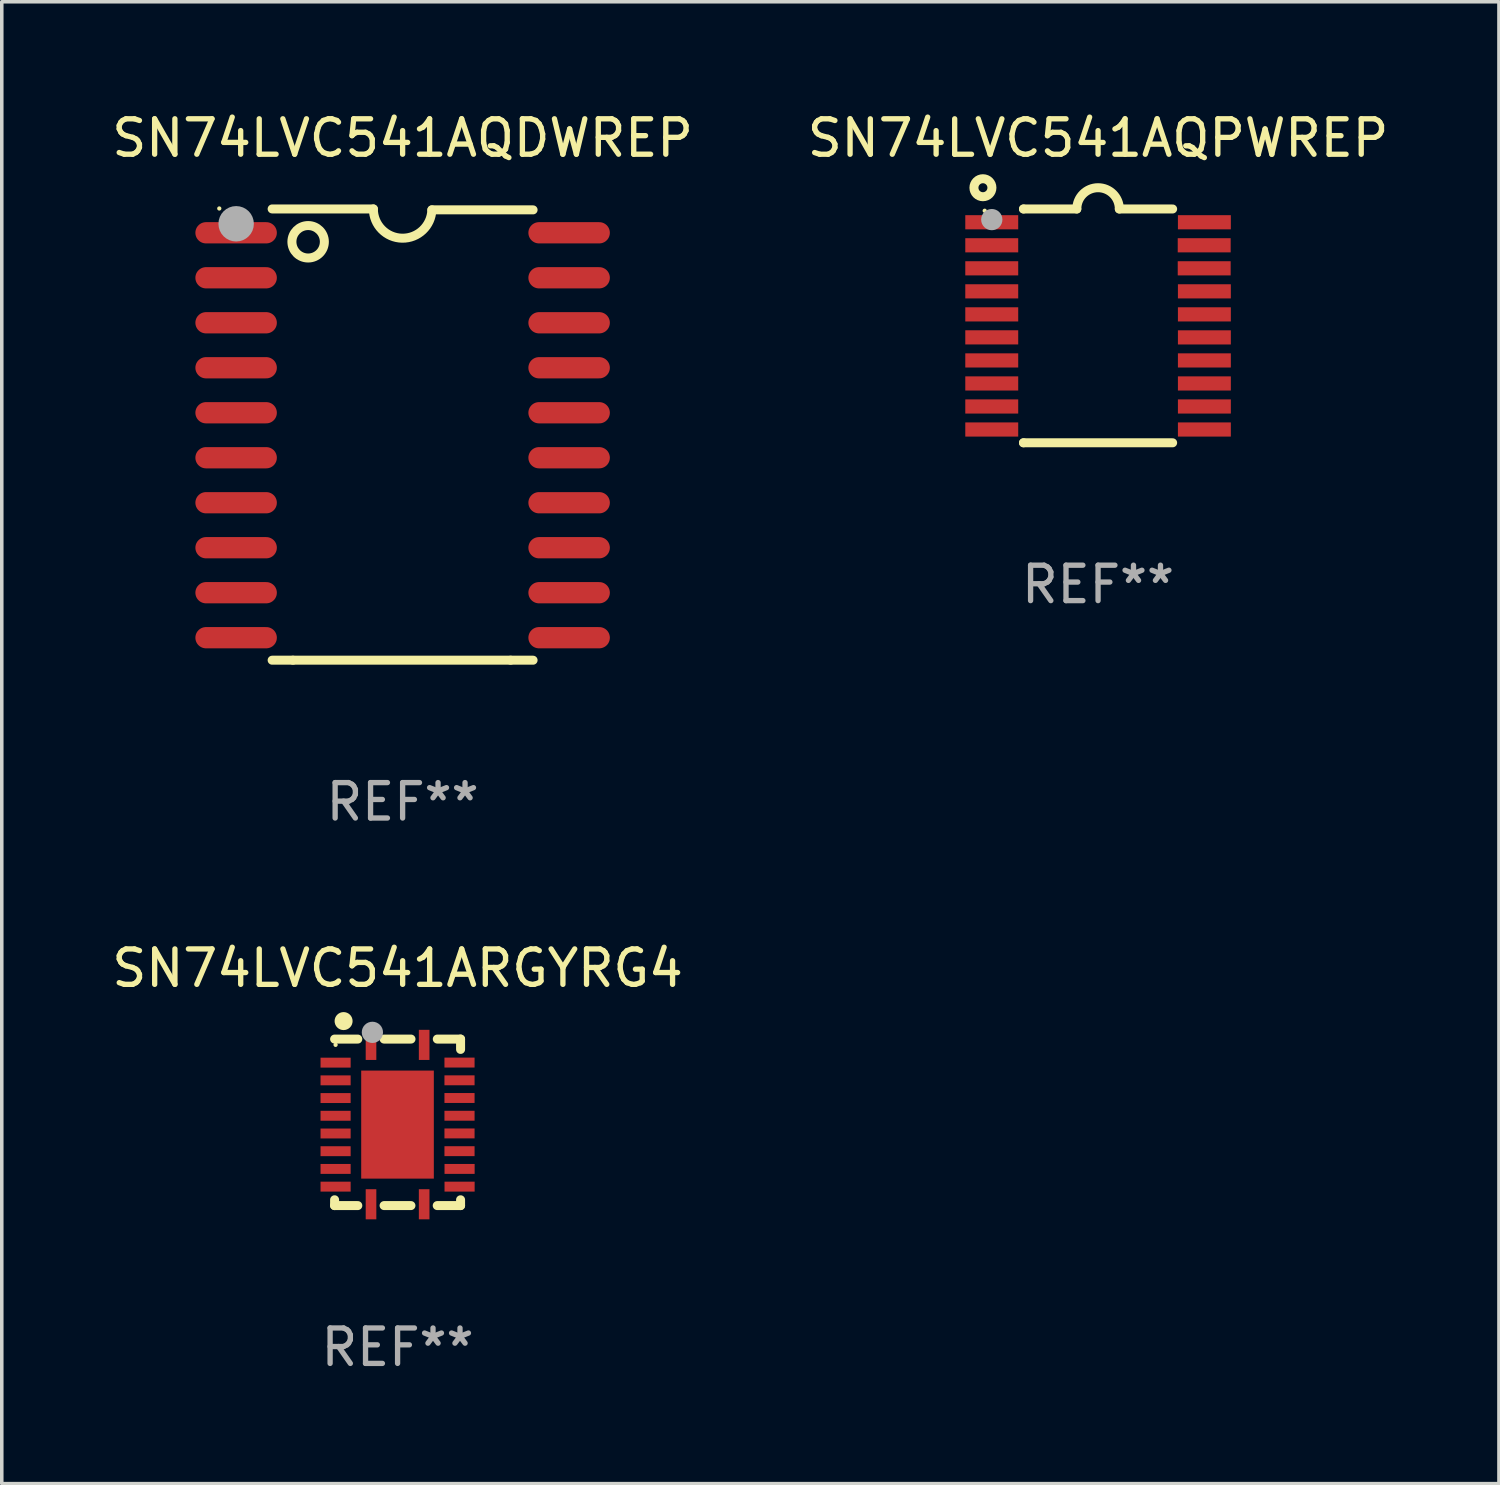
<source format=kicad_pcb>
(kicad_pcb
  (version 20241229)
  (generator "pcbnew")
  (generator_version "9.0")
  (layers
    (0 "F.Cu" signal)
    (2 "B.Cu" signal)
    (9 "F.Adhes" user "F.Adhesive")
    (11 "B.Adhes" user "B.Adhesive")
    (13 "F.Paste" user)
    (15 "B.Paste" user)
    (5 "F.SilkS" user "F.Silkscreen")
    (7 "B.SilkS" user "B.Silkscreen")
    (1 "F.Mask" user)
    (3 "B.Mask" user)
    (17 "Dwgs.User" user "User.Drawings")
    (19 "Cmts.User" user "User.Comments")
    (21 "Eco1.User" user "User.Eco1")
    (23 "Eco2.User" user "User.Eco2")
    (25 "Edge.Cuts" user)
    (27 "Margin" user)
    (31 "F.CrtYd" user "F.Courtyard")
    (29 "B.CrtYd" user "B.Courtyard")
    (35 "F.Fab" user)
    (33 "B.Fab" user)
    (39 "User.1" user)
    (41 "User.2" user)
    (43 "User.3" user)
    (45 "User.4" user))
  (footprint "SN74LVC541ARGYRG4"
    (layer "F.Cu")
    (at 8.173 28.631)
    (property "Reference" "SN74LVC541ARGYRG4" (at 0 -4.35 0) (layer "F.SilkS") (effects (font (size 1 1) (thickness 0.15))))
    (attr through_hole)
    (fp_line (start -1.778 2.35) (end -1.778 2.186) (stroke (width 0.254) (type solid)) (layer "F.SilkS"))
    (fp_line (start -1.123 -2.35) (end -1.778 -2.35) (stroke (width 0.254) (type solid)) (layer "F.SilkS"))
    (fp_line (start -1.123 2.35) (end -1.778 2.35) (stroke (width 0.254) (type solid)) (layer "F.SilkS"))
    (fp_line (start 0.377 2.35) (end -0.381 2.35) (stroke (width 0.254) (type solid)) (layer "F.SilkS"))
    (fp_line (start 0.379 -2.35) (end -0.381 -2.35) (stroke (width 0.254) (type solid)) (layer "F.SilkS"))
    (fp_line (start 1.778 -2.35) (end 1.121 -2.35) (stroke (width 0.254) (type solid)) (layer "F.SilkS"))
    (fp_line (start 1.778 -2.35) (end 1.778 -2.058) (stroke (width 0.254) (type solid)) (layer "F.SilkS"))
    (fp_line (start 1.778 2.186) (end 1.778 2.35) (stroke (width 0.254) (type solid)) (layer "F.SilkS"))
    (fp_line (start 1.778 2.35) (end 1.119 2.35) (stroke (width 0.254) (type solid)) (layer "F.SilkS"))
    (fp_circle (center -1.75 -2.187) (end -1.72 -2.187) (stroke (width 0.06) (type solid)) (fill no) (layer "F.SilkS"))
    (fp_circle (center -1.524 -2.858) (end -1.397 -2.858) (stroke (width 0.254) (type solid)) (fill no) (layer "F.SilkS"))
    (fp_circle (center -0.711 -2.54) (end -0.561 -2.54) (stroke (width 0.3) (type solid)) (fill no) (layer "F.Fab"))
    (fp_text user "REF**" (at 0 6.35 0) (layer "F.Fab") (effects (font (size 1 1) (thickness 0.15))))
    (pad "1" smd rect (at -0.75 -2.186) (size 0.3 0.85) (layers "F.Cu" "F.Mask" "F.Paste"))
    (pad "2" smd rect (at -1.75 -1.685) (size 0.85 0.28) (layers "F.Cu" "F.Mask" "F.Paste"))
    (pad "3" smd rect (at -1.75 -1.185) (size 0.85 0.28) (layers "F.Cu" "F.Mask" "F.Paste"))
    (pad "4" smd rect (at -1.75 -0.685) (size 0.85 0.28) (layers "F.Cu" "F.Mask" "F.Paste"))
    (pad "5" smd rect (at -1.75 -0.185) (size 0.85 0.28) (layers "F.Cu" "F.Mask" "F.Paste"))
    (pad "6" smd rect (at -1.75 0.315) (size 0.85 0.28) (layers "F.Cu" "F.Mask" "F.Paste"))
    (pad "7" smd rect (at -1.75 0.815) (size 0.85 0.28) (layers "F.Cu" "F.Mask" "F.Paste"))
    (pad "8" smd rect (at -1.75 1.315) (size 0.85 0.28) (layers "F.Cu" "F.Mask" "F.Paste"))
    (pad "9" smd rect (at -1.75 1.815) (size 0.85 0.28) (layers "F.Cu" "F.Mask" "F.Paste"))
    (pad "10" smd rect (at -0.75 2.313) (size 0.3 0.85) (layers "F.Cu" "F.Mask" "F.Paste"))
    (pad "11" smd rect (at 0.75 2.313) (size 0.3 0.85) (layers "F.Cu" "F.Mask" "F.Paste"))
    (pad "12" smd rect (at 1.75 1.815) (size 0.85 0.28) (layers "F.Cu" "F.Mask" "F.Paste"))
    (pad "13" smd rect (at 1.75 1.315) (size 0.85 0.28) (layers "F.Cu" "F.Mask" "F.Paste"))
    (pad "14" smd rect (at 1.748 0.814) (size 0.85 0.28) (layers "F.Cu" "F.Mask" "F.Paste"))
    (pad "15" smd rect (at 1.748 0.313) (size 0.85 0.28) (layers "F.Cu" "F.Mask" "F.Paste"))
    (pad "16" smd rect (at 1.748 -0.186) (size 0.85 0.28) (layers "F.Cu" "F.Mask" "F.Paste"))
    (pad "17" smd rect (at 1.748 -0.687) (size 0.85 0.28) (layers "F.Cu" "F.Mask" "F.Paste"))
    (pad "18" smd rect (at 1.748 -1.186) (size 0.85 0.28) (layers "F.Cu" "F.Mask" "F.Paste"))
    (pad "19" smd rect (at 1.748 -1.687) (size 0.85 0.28) (layers "F.Cu" "F.Mask" "F.Paste"))
    (pad "20" smd rect (at 0.75 -2.186) (size 0.3 0.85) (layers "F.Cu" "F.Mask" "F.Paste"))
    (pad "21" smd rect (at -0.002 0.064) (size 2.05 3.05) (layers "F.Cu" "F.Mask" "F.Paste")))
  (footprint "SN74LVC541AQDWREP"
    (layer "F.Cu")
    (at 8.315 9.217)
    (property "Reference" "SN74LVC541AQDWREP" (at 0 -8.369 0) (layer "F.SilkS") (effects (font (size 1 1) (thickness 0.15))))
    (attr through_hole)
    (fp_line (start -3.096 6.369) (end -3.683 6.369) (stroke (width 0.254) (type solid)) (layer "F.SilkS"))
    (fp_line (start -0.825 -6.369) (end -3.683 -6.369) (stroke (width 0.254) (type solid)) (layer "F.SilkS"))
    (fp_line (start 0.826 -6.343) (end 3.683 -6.343) (stroke (width 0.254) (type solid)) (layer "F.SilkS"))
    (fp_line (start 3.048 6.369) (end -3.096 6.369) (stroke (width 0.254) (type solid)) (layer "F.SilkS"))
    (fp_line (start 3.048 6.369) (end 3.683 6.369) (stroke (width 0.254) (type solid)) (layer "F.SilkS"))
    (fp_arc (start 0.825527 -6.343129) (mid -0.012478 -5.543126) (end -0.825476 -6.36853) (stroke (width 0.254001) (type solid)) (layer "F.SilkS"))
    (fp_circle (center -5.175 -6.382) (end -5.145 -6.382) (stroke (width 0.06) (type solid)) (fill no) (layer "F.SilkS"))
    (fp_circle (center -2.667 -5.442) (end -2.209 -5.442) (stroke (width 0.254) (type solid)) (fill no) (layer "F.SilkS"))
    (fp_circle (center -4.699 -5.95) (end -4.449 -5.95) (stroke (width 0.5) (type solid)) (fill no) (layer "F.Fab"))
    (fp_text user "REF**" (at 0 10.369 0) (layer "F.Fab") (effects (font (size 1 1) (thickness 0.15))))
    (pad "1" smd oval (at -4.7 -5.696 90) (size 0.6 2.3) (layers "F.Cu" "F.Mask" "F.Paste"))
    (pad "2" smd oval (at -4.7 -4.426 90) (size 0.6 2.3) (layers "F.Cu" "F.Mask" "F.Paste"))
    (pad "3" smd oval (at -4.7 -3.156 90) (size 0.6 2.3) (layers "F.Cu" "F.Mask" "F.Paste"))
    (pad "4" smd oval (at -4.7 -1.886 90) (size 0.6 2.3) (layers "F.Cu" "F.Mask" "F.Paste"))
    (pad "5" smd oval (at -4.7 -0.616 90) (size 0.6 2.3) (layers "F.Cu" "F.Mask" "F.Paste"))
    (pad "6" smd oval (at -4.7 0.654 90) (size 0.6 2.3) (layers "F.Cu" "F.Mask" "F.Paste"))
    (pad "7" smd oval (at -4.7 1.924 90) (size 0.6 2.3) (layers "F.Cu" "F.Mask" "F.Paste"))
    (pad "8" smd oval (at -4.7 3.194 90) (size 0.6 2.3) (layers "F.Cu" "F.Mask" "F.Paste"))
    (pad "9" smd oval (at -4.7 4.464 90) (size 0.6 2.3) (layers "F.Cu" "F.Mask" "F.Paste"))
    (pad "10" smd oval (at -4.7 5.734 90) (size 0.6 2.3) (layers "F.Cu" "F.Mask" "F.Paste"))
    (pad "11" smd oval (at 4.7 5.734 90) (size 0.6 2.3) (layers "F.Cu" "F.Mask" "F.Paste"))
    (pad "12" smd oval (at 4.7 4.464 90) (size 0.6 2.3) (layers "F.Cu" "F.Mask" "F.Paste"))
    (pad "13" smd oval (at 4.7 3.194 90) (size 0.6 2.3) (layers "F.Cu" "F.Mask" "F.Paste"))
    (pad "14" smd oval (at 4.7 1.924 90) (size 0.6 2.3) (layers "F.Cu" "F.Mask" "F.Paste"))
    (pad "15" smd oval (at 4.7 0.654 90) (size 0.6 2.3) (layers "F.Cu" "F.Mask" "F.Paste"))
    (pad "16" smd oval (at 4.7 -0.616 90) (size 0.6 2.3) (layers "F.Cu" "F.Mask" "F.Paste"))
    (pad "17" smd oval (at 4.7 -1.886 90) (size 0.6 2.3) (layers "F.Cu" "F.Mask" "F.Paste"))
    (pad "18" smd oval (at 4.7 -3.156 90) (size 0.6 2.3) (layers "F.Cu" "F.Mask" "F.Paste"))
    (pad "19" smd oval (at 4.7 -4.426 90) (size 0.6 2.3) (layers "F.Cu" "F.Mask" "F.Paste"))
    (pad "20" smd oval (at 4.7 -5.696 90) (size 0.6 2.3) (layers "F.Cu" "F.Mask" "F.Paste")))
  (footprint "SN74LVC541AQPWREP"
    (layer "F.Cu")
    (at 27.946 6.149)
    (property "Reference" "SN74LVC541AQPWREP" (at 0 -5.3 0) (layer "F.SilkS") (effects (font (size 1 1) (thickness 0.15))))
    (attr through_hole)
    (fp_line (start -2.105 -3.3) (end -2.105 -3.3) (stroke (width 0.254) (type solid)) (layer "F.SilkS"))
    (fp_line (start -2.105 -3.3) (end -0.6 -3.3) (stroke (width 0.254) (type solid)) (layer "F.SilkS"))
    (fp_line (start -2.105 3.3) (end -2.105 3.3) (stroke (width 0.254) (type solid)) (layer "F.SilkS"))
    (fp_line (start 0.6 -3.3) (end 2.105 -3.3) (stroke (width 0.254) (type solid)) (layer "F.SilkS"))
    (fp_line (start 2.105 3.3) (end -2.105 3.3) (stroke (width 0.254) (type solid)) (layer "F.SilkS"))
    (fp_arc (start -0.599924 -3.300026) (mid 0.000114 -3.897415) (end 0.600152 -3.300025) (stroke (width 0.254001) (type solid)) (layer "F.SilkS"))
    (fp_circle (center -3.25 -3.9) (end -2.996 -3.9) (stroke (width 0.254) (type solid)) (fill no) (layer "F.SilkS"))
    (fp_circle (center -3.2 -3.25) (end -3.17 -3.25) (stroke (width 0.06) (type solid)) (fill no) (layer "F.SilkS"))
    (fp_circle (center -3 -3) (end -2.85 -3) (stroke (width 0.3) (type solid)) (fill no) (layer "F.Fab"))
    (fp_text user "REF**" (at 0 7.3 0) (layer "F.Fab") (effects (font (size 1 1) (thickness 0.15))))
    (pad "1" smd rect (at -3.001 -2.925 270) (size 0.4 1.494) (layers "F.Cu" "F.Mask" "F.Paste"))
    (pad "2" smd rect (at -3.001 -2.275 270) (size 0.4 1.494) (layers "F.Cu" "F.Mask" "F.Paste"))
    (pad "3" smd rect (at -3.001 -1.625 270) (size 0.4 1.494) (layers "F.Cu" "F.Mask" "F.Paste"))
    (pad "4" smd rect (at -3.001 -0.975 270) (size 0.4 1.494) (layers "F.Cu" "F.Mask" "F.Paste"))
    (pad "5" smd rect (at -3.001 -0.325 270) (size 0.4 1.494) (layers "F.Cu" "F.Mask" "F.Paste"))
    (pad "6" smd rect (at -3.001 0.324 270) (size 0.4 1.494) (layers "F.Cu" "F.Mask" "F.Paste"))
    (pad "7" smd rect (at -3.001 0.975 270) (size 0.4 1.494) (layers "F.Cu" "F.Mask" "F.Paste"))
    (pad "8" smd rect (at -3.001 1.625 270) (size 0.4 1.494) (layers "F.Cu" "F.Mask" "F.Paste"))
    (pad "9" smd rect (at -3.001 2.275 270) (size 0.4 1.494) (layers "F.Cu" "F.Mask" "F.Paste"))
    (pad "10" smd rect (at -3.001 2.925 270) (size 0.4 1.494) (layers "F.Cu" "F.Mask" "F.Paste"))
    (pad "11" smd rect (at 3.001 2.925 270) (size 0.4 1.494) (layers "F.Cu" "F.Mask" "F.Paste"))
    (pad "12" smd rect (at 3.001 2.275 270) (size 0.4 1.494) (layers "F.Cu" "F.Mask" "F.Paste"))
    (pad "13" smd rect (at 3.001 1.625 270) (size 0.4 1.494) (layers "F.Cu" "F.Mask" "F.Paste"))
    (pad "14" smd rect (at 3.001 0.975 270) (size 0.4 1.494) (layers "F.Cu" "F.Mask" "F.Paste"))
    (pad "15" smd rect (at 3.001 0.325 270) (size 0.4 1.494) (layers "F.Cu" "F.Mask" "F.Paste"))
    (pad "16" smd rect (at 3.001 -0.325 270) (size 0.4 1.494) (layers "F.Cu" "F.Mask" "F.Paste"))
    (pad "17" smd rect (at 3.001 -0.975 270) (size 0.4 1.494) (layers "F.Cu" "F.Mask" "F.Paste"))
    (pad "18" smd rect (at 2.996 -1.625 270) (size 0.4 1.494) (layers "F.Cu" "F.Mask" "F.Paste"))
    (pad "19" smd rect (at 2.996 -2.275 270) (size 0.4 1.494) (layers "F.Cu" "F.Mask" "F.Paste"))
    (pad "20" smd rect (at 3.001 -2.925 270) (size 0.4 1.494) (layers "F.Cu" "F.Mask" "F.Paste")))
  (gr_rect
    (start -3 -3)
    (end 39.262 38.829)
    (stroke (width 0.1) (type default))
    (fill no)
    (layer "Edge.Cuts")))
</source>
